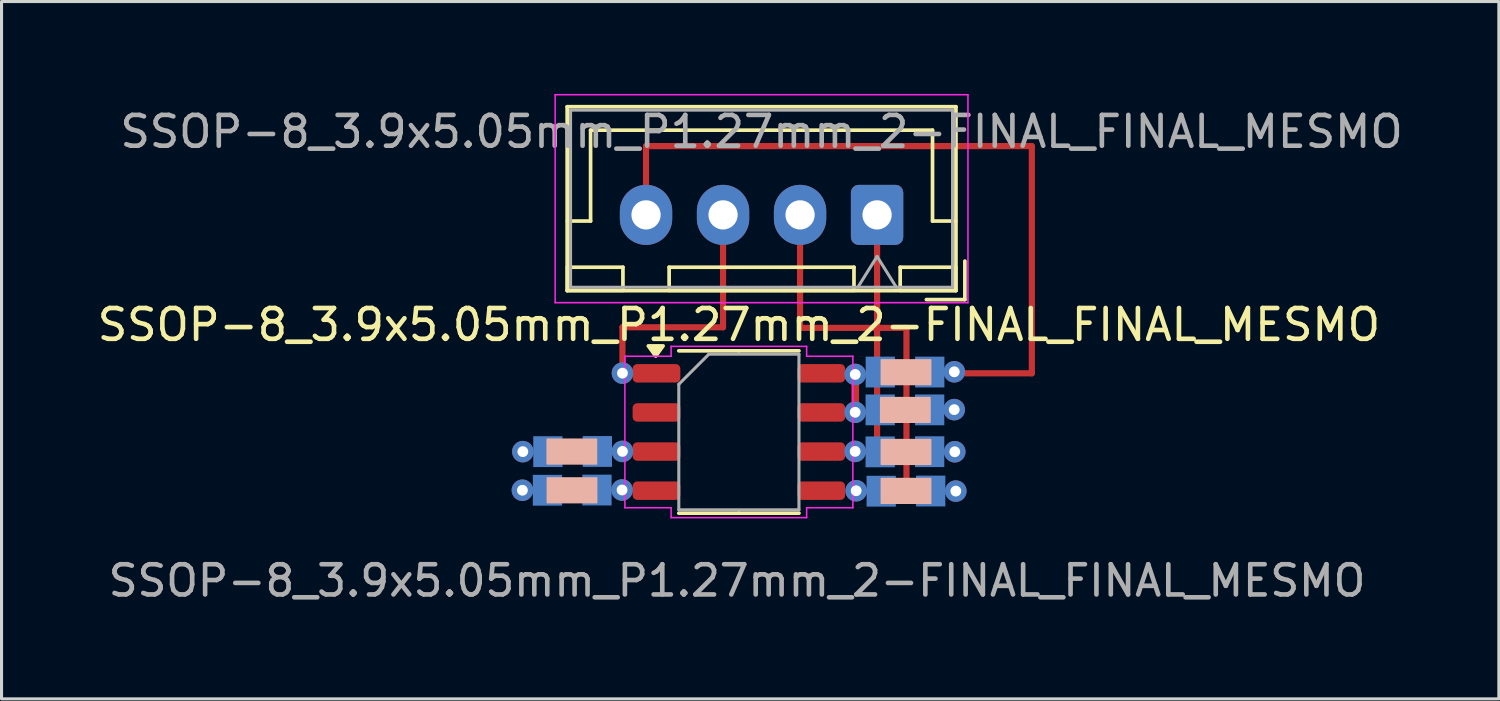
<source format=kicad_pcb>
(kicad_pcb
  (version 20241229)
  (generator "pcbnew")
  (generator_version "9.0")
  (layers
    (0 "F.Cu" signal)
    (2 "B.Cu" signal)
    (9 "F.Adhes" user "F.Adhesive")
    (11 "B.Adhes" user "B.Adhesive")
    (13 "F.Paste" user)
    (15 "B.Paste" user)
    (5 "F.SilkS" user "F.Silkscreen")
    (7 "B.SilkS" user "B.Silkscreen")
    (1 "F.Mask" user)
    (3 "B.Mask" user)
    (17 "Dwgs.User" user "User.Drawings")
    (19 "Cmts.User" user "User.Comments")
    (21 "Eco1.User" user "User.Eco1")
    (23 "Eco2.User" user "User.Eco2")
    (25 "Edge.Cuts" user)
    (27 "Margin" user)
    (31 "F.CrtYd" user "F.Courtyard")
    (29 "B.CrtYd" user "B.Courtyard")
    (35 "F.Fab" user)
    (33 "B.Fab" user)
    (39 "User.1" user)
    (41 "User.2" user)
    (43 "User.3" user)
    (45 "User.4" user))
  (footprint "SSOP-8_3.9x5.05mm_P1.27mm_2-FINAL_FINAL_MESMO"
    (layer "F.Cu")
    (at 20.935 10.973)
    (property "Reference" "SSOP-8_3.9x5.05mm_P1.27mm_2-FINAL_FINAL_MESMO" (at 0 -3.48 0) (layer "F.SilkS") (effects (font (size 1 1) (thickness 0.15))))
    (attr through_hole)
    (fp_line (start -3.779 -3.4) (end -3.779 -2.26) (stroke (width 0.2) (type default)) (layer "F.Cu"))
    (fp_line (start -3.014 -9.28) (end 9.51 -9.28) (stroke (width 0.2) (type default)) (layer "F.Cu"))
    (fp_line (start -3.014 -8.023) (end -3.014 -9.28) (stroke (width 0.2) (type default)) (layer "F.Cu"))
    (fp_line (start -0.514 -6.573) (end -0.514 -3.4) (stroke (width 0.2) (type default)) (layer "F.Cu"))
    (fp_line (start -0.514 -3.4) (end -3.779 -3.4) (stroke (width 0.2) (type default)) (layer "F.Cu"))
    (fp_line (start 1.986 -7.048) (end 1.986 -3.38) (stroke (width 0.2) (type default)) (layer "F.Cu"))
    (fp_line (start 1.986 -3.38) (end 5.44 -3.38) (stroke (width 0.2) (type default)) (layer "F.Cu"))
    (fp_line (start 3.777 -1.693) (end 3.777 -0.815) (stroke (width 0.25) (type solid)) (layer "F.Cu"))
    (fp_line (start 4.486 -7.048) (end 4.486 0.635) (stroke (width 0.2) (type default)) (layer "F.Cu"))
    (fp_line (start 4.486 0.635) (end 4.178 0.635) (stroke (width 0.2) (type default)) (layer "F.Cu"))
    (fp_line (start 5.44 -3.38) (end 5.44 1.93) (stroke (width 0.2) (type default)) (layer "F.Cu"))
    (fp_line (start 5.44 1.93) (end 4.124 1.93) (stroke (width 0.2) (type default)) (layer "F.Cu"))
    (fp_line (start 9.51 -9.28) (end 9.51 -1.905) (stroke (width 0.2) (type default)) (layer "F.Cu"))
    (fp_line (start 9.51 -1.905) (end 7.343 -1.905) (stroke (width 0.2) (type default)) (layer "F.Cu"))
    (fp_line (start -5.574 -10.558) (end -5.574 -4.588) (stroke (width 0.12) (type solid)) (layer "F.SilkS"))
    (fp_line (start -5.574 -4.588) (end 7.046 -4.588) (stroke (width 0.12) (type solid)) (layer "F.SilkS"))
    (fp_line (start -5.564 -6.848) (end -4.814 -6.848) (stroke (width 0.12) (type solid)) (layer "F.SilkS"))
    (fp_line (start -5.564 -5.348) (end -5.564 -4.598) (stroke (width 0.12) (type solid)) (layer "F.SilkS"))
    (fp_line (start -5.564 -4.598) (end -3.764 -4.598) (stroke (width 0.12) (type solid)) (layer "F.SilkS"))
    (fp_line (start -4.814 -9.798) (end 0.736 -9.798) (stroke (width 0.12) (type solid)) (layer "F.SilkS"))
    (fp_line (start -4.814 -6.848) (end -4.814 -9.798) (stroke (width 0.12) (type solid)) (layer "F.SilkS"))
    (fp_line (start -3.764 -5.348) (end -5.564 -5.348) (stroke (width 0.12) (type solid)) (layer "F.SilkS"))
    (fp_line (start -3.764 -4.598) (end -3.764 -5.348) (stroke (width 0.12) (type solid)) (layer "F.SilkS"))
    (fp_line (start -2.264 -5.348) (end -2.264 -4.598) (stroke (width 0.12) (type solid)) (layer "F.SilkS"))
    (fp_line (start -2.264 -4.598) (end 3.736 -4.598) (stroke (width 0.12) (type solid)) (layer "F.SilkS"))
    (fp_line (start 0 -2.635) (end -1.95 -2.635) (stroke (width 0.12) (type solid)) (layer "F.SilkS"))
    (fp_line (start 0 -2.635) (end 1.95 -2.635) (stroke (width 0.12) (type solid)) (layer "F.SilkS"))
    (fp_line (start 0 2.635) (end -1.95 2.635) (stroke (width 0.12) (type solid)) (layer "F.SilkS"))
    (fp_line (start 0 2.635) (end 1.95 2.635) (stroke (width 0.12) (type solid)) (layer "F.SilkS"))
    (fp_line (start 3.736 -5.348) (end -2.264 -5.348) (stroke (width 0.12) (type solid)) (layer "F.SilkS"))
    (fp_line (start 3.736 -4.598) (end 3.736 -5.348) (stroke (width 0.12) (type solid)) (layer "F.SilkS"))
    (fp_line (start 5.236 -5.348) (end 5.236 -4.598) (stroke (width 0.12) (type solid)) (layer "F.SilkS"))
    (fp_line (start 5.236 -4.598) (end 7.036 -4.598) (stroke (width 0.12) (type solid)) (layer "F.SilkS"))
    (fp_line (start 6.086 -4.298) (end 7.336 -4.298) (stroke (width 0.12) (type solid)) (layer "F.SilkS"))
    (fp_line (start 6.286 -9.798) (end 0.736 -9.798) (stroke (width 0.12) (type solid)) (layer "F.SilkS"))
    (fp_line (start 6.286 -6.848) (end 6.286 -9.798) (stroke (width 0.12) (type solid)) (layer "F.SilkS"))
    (fp_line (start 7.036 -6.848) (end 6.286 -6.848) (stroke (width 0.12) (type solid)) (layer "F.SilkS"))
    (fp_line (start 7.036 -5.348) (end 5.236 -5.348) (stroke (width 0.12) (type solid)) (layer "F.SilkS"))
    (fp_line (start 7.036 -4.598) (end 7.036 -5.348) (stroke (width 0.12) (type solid)) (layer "F.SilkS"))
    (fp_line (start 7.046 -10.558) (end -5.574 -10.558) (stroke (width 0.12) (type solid)) (layer "F.SilkS"))
    (fp_line (start 7.046 -4.588) (end 7.046 -10.558) (stroke (width 0.12) (type solid)) (layer "F.SilkS"))
    (fp_line (start 7.336 -4.298) (end 7.336 -5.548) (stroke (width 0.12) (type solid)) (layer "F.SilkS"))
    (fp_poly (pts (xy -2.7 -2.465) (xy -2.94 -2.795) (xy -2.46 -2.795)) (stroke (width 0.12) (type solid)) (fill yes) (layer "F.SilkS"))
    (fp_rect (start -6.222 0.236) (end -4.622 1.036) (stroke (width 0.05) (type solid)) (fill yes) (layer "B.SilkS"))
    (fp_rect (start -6.217 1.492) (end -4.617 2.292) (stroke (width 0.05) (type solid)) (fill yes) (layer "B.SilkS"))
    (fp_rect (start 4.603 -1.116) (end 6.203 -0.316) (stroke (width 0.05) (type solid)) (fill yes) (layer "B.SilkS"))
    (fp_rect (start 4.625 -2.341) (end 6.225 -1.541) (stroke (width 0.05) (type solid)) (fill yes) (layer "B.SilkS"))
    (fp_rect (start 4.625 0.248) (end 6.225 1.048) (stroke (width 0.05) (type solid)) (fill yes) (layer "B.SilkS"))
    (fp_rect (start 4.625 1.512) (end 6.225 2.312) (stroke (width 0.05) (type solid)) (fill yes) (layer "B.SilkS"))
    (fp_line (start -5.964 -10.948) (end -5.964 -4.198) (stroke (width 0.05) (type solid)) (layer "F.CrtYd"))
    (fp_line (start -5.964 -4.198) (end 7.436 -4.198) (stroke (width 0.05) (type solid)) (layer "F.CrtYd"))
    (fp_line (start -3.7 -2.46) (end -2.2 -2.46) (stroke (width 0.05) (type solid)) (layer "F.CrtYd"))
    (fp_line (start -3.7 2.46) (end -3.7 -2.46) (stroke (width 0.05) (type solid)) (layer "F.CrtYd"))
    (fp_line (start -2.2 -2.78) (end 2.2 -2.78) (stroke (width 0.05) (type solid)) (layer "F.CrtYd"))
    (fp_line (start -2.2 -2.46) (end -2.2 -2.78) (stroke (width 0.05) (type solid)) (layer "F.CrtYd"))
    (fp_line (start -2.2 2.46) (end -3.7 2.46) (stroke (width 0.05) (type solid)) (layer "F.CrtYd"))
    (fp_line (start -2.2 2.78) (end -2.2 2.46) (stroke (width 0.05) (type solid)) (layer "F.CrtYd"))
    (fp_line (start 2.2 -2.78) (end 2.2 -2.46) (stroke (width 0.05) (type solid)) (layer "F.CrtYd"))
    (fp_line (start 2.2 -2.46) (end 3.7 -2.46) (stroke (width 0.05) (type solid)) (layer "F.CrtYd"))
    (fp_line (start 2.2 2.46) (end 2.2 2.78) (stroke (width 0.05) (type solid)) (layer "F.CrtYd"))
    (fp_line (start 2.2 2.78) (end -2.2 2.78) (stroke (width 0.05) (type solid)) (layer "F.CrtYd"))
    (fp_line (start 3.7 -2.46) (end 3.7 2.46) (stroke (width 0.05) (type solid)) (layer "F.CrtYd"))
    (fp_line (start 3.7 2.46) (end 2.2 2.46) (stroke (width 0.05) (type solid)) (layer "F.CrtYd"))
    (fp_line (start 7.436 -10.948) (end -5.964 -10.948) (stroke (width 0.05) (type solid)) (layer "F.CrtYd"))
    (fp_line (start 7.436 -4.198) (end 7.436 -10.948) (stroke (width 0.05) (type solid)) (layer "F.CrtYd"))
    (fp_line (start -5.464 -10.448) (end -5.464 -4.698) (stroke (width 0.1) (type solid)) (layer "F.Fab"))
    (fp_line (start -5.464 -4.698) (end 6.936 -4.698) (stroke (width 0.1) (type solid)) (layer "F.Fab"))
    (fp_line (start -1.95 -1.55) (end -0.975 -2.525) (stroke (width 0.1) (type solid)) (layer "F.Fab"))
    (fp_line (start -1.95 2.525) (end -1.95 -1.55) (stroke (width 0.1) (type solid)) (layer "F.Fab"))
    (fp_line (start -0.975 -2.525) (end 1.95 -2.525) (stroke (width 0.1) (type solid)) (layer "F.Fab"))
    (fp_line (start 1.95 -2.525) (end 1.95 2.525) (stroke (width 0.1) (type solid)) (layer "F.Fab"))
    (fp_line (start 1.95 2.525) (end -1.95 2.525) (stroke (width 0.1) (type solid)) (layer "F.Fab"))
    (fp_line (start 4.486 -5.698) (end 3.861 -4.698) (stroke (width 0.1) (type solid)) (layer "F.Fab"))
    (fp_line (start 5.111 -4.698) (end 4.486 -5.698) (stroke (width 0.1) (type solid)) (layer "F.Fab"))
    (fp_line (start 6.936 -10.448) (end -5.464 -10.448) (stroke (width 0.1) (type solid)) (layer "F.Fab"))
    (fp_line (start 6.936 -4.698) (end 6.936 -10.448) (stroke (width 0.1) (type solid)) (layer "F.Fab"))
    (fp_text user "${REFERENCE}" (at -0.06 4.827 0) (layer "F.Fab") (effects (font (size 0.98 0.98) (thickness 0.15))))
    (fp_text user "${REFERENCE}" (at 0.736 -9.748 180) (layer "F.Fab") (effects (font (size 1 1) (thickness 0.15))))
    (pad "1" thru_hole circle (at -3.779 -1.91) (size 0.7 0.7) (drill 0.35) (layers "*.Cu" "*.Mask"))
    (pad "1" smd roundrect (at -2.675 -1.905) (size 1.55 0.6) (layers "F.Cu" "F.Mask" "F.Paste") (roundrect_rratio 0.25))
    (pad "1" thru_hole roundrect (at 4.486 -7.048 180) (size 1.7 1.95) (drill 0.95) (layers "*.Cu" "*.Mask") (roundrect_rratio 0.147))
    (pad "2" smd roundrect (at -2.675 -0.635) (size 1.55 0.6) (layers "F.Cu" "F.Mask" "F.Paste") (roundrect_rratio 0.25))
    (pad "2" thru_hole oval (at 1.986 -7.048 180) (size 1.7 1.95) (drill 0.95) (layers "*.Cu" "*.Mask"))
    (pad "3" smd rect (at -4.594 0.632) (size 0.95 1) (layers "B.Cu" "B.Mask"))
    (pad "3" thru_hole circle (at -3.779 0.63) (size 0.7 0.7) (drill 0.35) (layers "*.Cu" "*.Mask"))
    (pad "3" smd roundrect (at -2.675 0.635) (size 1.55 0.6) (layers "F.Cu" "F.Mask" "F.Paste") (roundrect_rratio 0.25))
    (pad "3" thru_hole oval (at -0.514 -7.048 180) (size 1.7 1.95) (drill 0.95) (layers "*.Cu" "*.Mask"))
    (pad "4" thru_hole circle (at -3.792 1.883) (size 0.7 0.7) (drill 0.35) (layers "*.Cu" "*.Mask"))
    (pad "4" thru_hole oval (at -3.014 -7.048 180) (size 1.7 1.95) (drill 0.95) (layers "*.Cu" "*.Mask"))
    (pad "4" smd roundrect (at -2.675 1.905) (size 1.55 0.6) (layers "F.Cu" "F.Mask" "F.Paste") (roundrect_rratio 0.25))
    (pad "5" smd roundrect (at 2.675 1.905) (size 1.55 0.6) (layers "F.Cu" "F.Mask" "F.Paste") (roundrect_rratio 0.25))
    (pad "6" smd roundrect (at 2.675 0.635) (size 1.55 0.6) (layers "F.Cu" "F.Mask" "F.Paste") (roundrect_rratio 0.25))
    (pad "6" thru_hole circle (at 3.774 0.63) (size 0.7 0.7) (drill 0.35) (layers "*.Cu" "*.Mask"))
    (pad "6" thru_hole circle (at 3.807 1.907) (size 0.7 0.7) (drill 0.35) (layers "*.Cu" "*.Mask"))
    (pad "6" smd rect (at 4.587 0.645) (size 0.95 1) (layers "B.Cu" "B.Mask"))
    (pad "6" smd rect (at 4.62 1.922) (size 0.95 1) (layers "B.Cu" "B.Mask"))
    (pad "7" smd roundrect (at 2.675 -0.635) (size 1.55 0.6) (layers "F.Cu" "F.Mask" "F.Paste") (roundrect_rratio 0.25))
    (pad "7" thru_hole circle (at 3.774 -0.64) (size 0.7 0.7) (drill 0.35) (layers "*.Cu" "*.Mask"))
    (pad "7" smd rect (at 4.587 -0.718) (size 0.95 1) (layers "B.Cu" "B.Mask"))
    (pad "8" smd roundrect (at 2.675 -1.905) (size 1.55 0.6) (layers "F.Cu" "F.Mask" "F.Paste") (roundrect_rratio 0.25))
    (pad "8" thru_hole circle (at 3.777 -1.868) (size 0.7 0.7) (drill 0.35) (layers "*.Cu" "*.Mask"))
    (pad "8" smd rect (at 4.59 -1.946) (size 0.95 1) (layers "B.Cu" "B.Mask"))
    (pad "9" thru_hole circle (at -7.027 1.891) (size 0.7 0.7) (drill 0.35) (layers "*.Cu" "*.Mask"))
    (pad "9" thru_hole circle (at -7.013 0.638) (size 0.7 0.7) (drill 0.35) (layers "*.Cu" "*.Mask"))
    (pad "9" smd rect (at -6.2 0.638) (size 0.95 1) (layers "B.Cu" "B.Mask"))
    (pad "10" smd rect (at -6.214 1.891) (size 0.95 1) (layers "B.Cu" "B.Mask"))
    (pad "10" smd rect (at -4.607 1.885) (size 0.95 1) (layers "B.Cu" "B.Mask"))
    (pad "12" smd rect (at 6.193 0.639) (size 0.95 1) (layers "B.Cu" "B.Mask"))
    (pad "12" smd rect (at 6.227 1.916) (size 0.95 1) (layers "B.Cu" "B.Mask"))
    (pad "12" thru_hole circle (at 7.008 0.642) (size 0.7 0.7) (drill 0.35) (layers "*.Cu" "*.Mask"))
    (pad "12" thru_hole circle (at 7.042 1.919) (size 0.7 0.7) (drill 0.35) (layers "*.Cu" "*.Mask"))
    (pad "13" smd rect (at 6.193 -0.718) (size 0.95 1) (layers "B.Cu" "B.Mask"))
    (pad "13" thru_hole circle (at 6.99 -0.726) (size 0.7 0.7) (drill 0.35) (layers "*.Cu" "*.Mask"))
    (pad "14" smd rect (at 6.196 -1.946) (size 0.95 1) (layers "B.Cu" "B.Mask"))
    (pad "14" thru_hole circle (at 6.993 -1.954) (size 0.7 0.7) (drill 0.35) (layers "*.Cu" "*.Mask")))
  (gr_rect
    (start -3 -3)
    (end 45.605 19.636)
    (stroke (width 0.1) (type default))
    (fill no)
    (layer "Edge.Cuts")))
</source>
